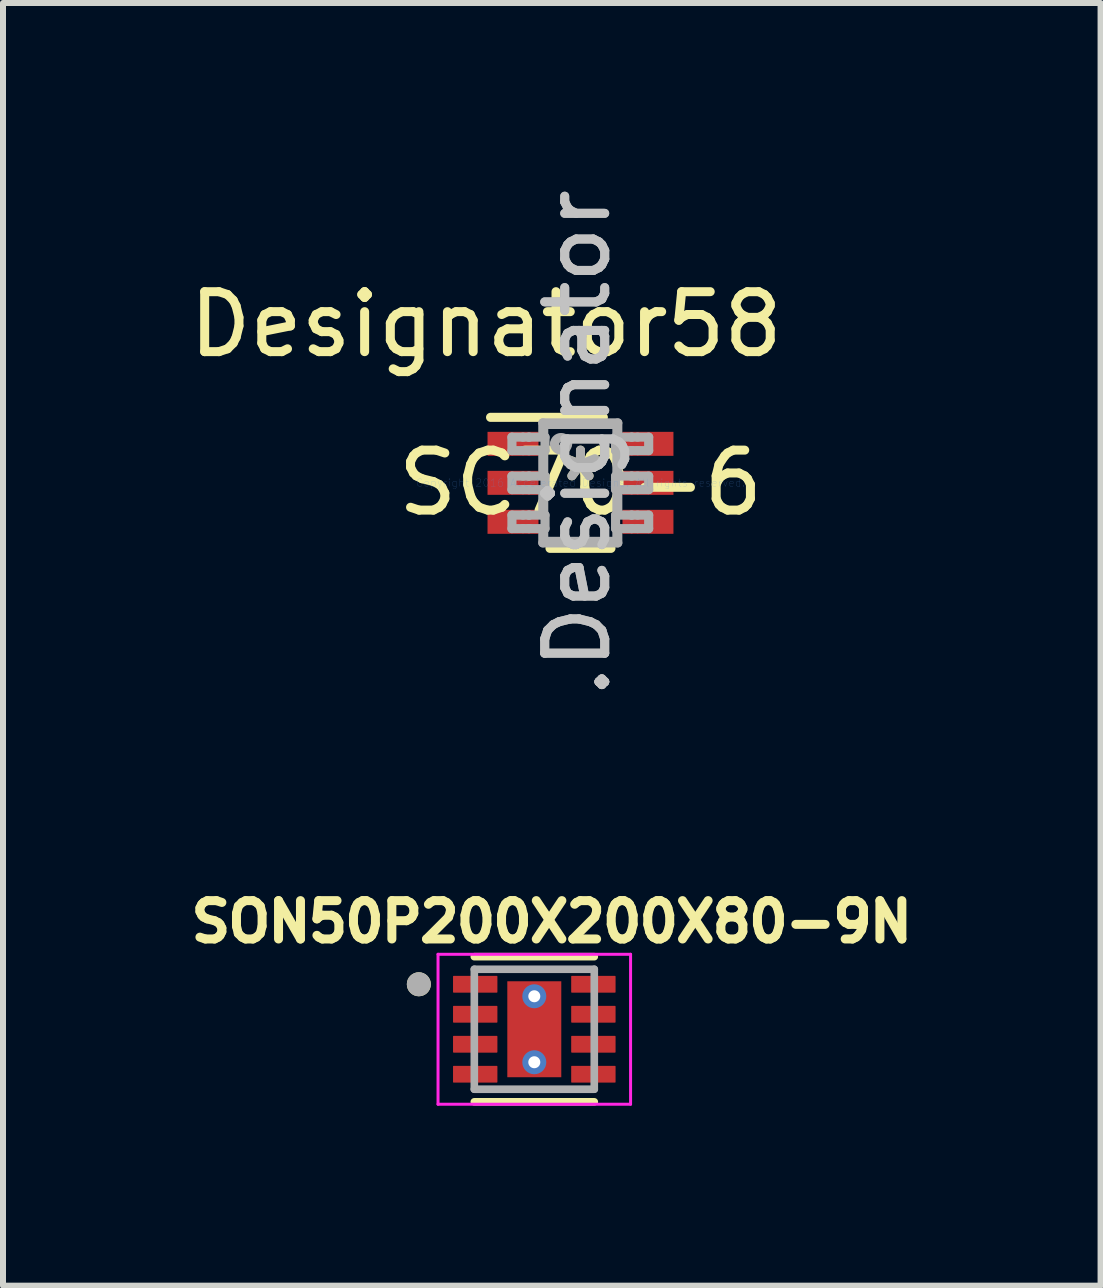
<source format=kicad_pcb>
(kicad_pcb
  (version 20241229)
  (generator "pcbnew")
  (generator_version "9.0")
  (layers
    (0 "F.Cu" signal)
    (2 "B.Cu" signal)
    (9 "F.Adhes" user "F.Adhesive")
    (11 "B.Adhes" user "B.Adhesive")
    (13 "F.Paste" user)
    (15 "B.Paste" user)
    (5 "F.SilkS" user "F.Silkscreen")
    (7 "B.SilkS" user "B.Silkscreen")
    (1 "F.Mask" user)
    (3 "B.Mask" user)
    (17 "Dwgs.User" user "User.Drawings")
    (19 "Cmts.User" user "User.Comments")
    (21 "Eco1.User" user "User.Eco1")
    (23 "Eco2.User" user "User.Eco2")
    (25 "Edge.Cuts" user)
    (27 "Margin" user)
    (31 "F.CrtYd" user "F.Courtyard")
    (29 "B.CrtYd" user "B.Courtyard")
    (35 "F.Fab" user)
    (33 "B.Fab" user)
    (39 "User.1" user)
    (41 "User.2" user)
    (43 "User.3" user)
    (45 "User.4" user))
  (footprint "SON50P200X200X80-9N"
    (layer "F.Cu")
    (at 5.858 14.11)
    (property "Reference" "SON50P200X200X80-9N" (at 0.292 -1.793 0) (layer "F.SilkS") (effects (font (size 0.64 0.64) (thickness 0.15))))
    (attr through_hole)
    (fp_line (start -1 -1.21) (end 1 -1.21) (stroke (width 0.127) (type solid)) (layer "F.SilkS"))
    (fp_line (start -1 1.21) (end 1 1.21) (stroke (width 0.127) (type solid)) (layer "F.SilkS"))
    (fp_circle (center -1.925 -0.75) (end -1.825 -0.75) (stroke (width 0.2) (type solid)) (fill no) (layer "F.SilkS"))
    (fp_poly (pts (xy -0.28 -0.51) (xy 0.28 -0.51) (xy 0.28 0.51) (xy -0.28 0.51)) (stroke (width 0.01) (type solid)) (fill yes) (layer "F.Paste"))
    (fp_line (start -1.605 -1.25) (end -1.605 1.25) (stroke (width 0.05) (type solid)) (layer "F.CrtYd"))
    (fp_line (start -1.605 -1.25) (end 1.605 -1.25) (stroke (width 0.05) (type solid)) (layer "F.CrtYd"))
    (fp_line (start -1.605 1.25) (end 1.605 1.25) (stroke (width 0.05) (type solid)) (layer "F.CrtYd"))
    (fp_line (start 1.605 -1.25) (end 1.605 1.25) (stroke (width 0.05) (type solid)) (layer "F.CrtYd"))
    (fp_line (start -1 -1) (end -1 1) (stroke (width 0.127) (type solid)) (layer "F.Fab"))
    (fp_line (start -1 -1) (end 1 -1) (stroke (width 0.127) (type solid)) (layer "F.Fab"))
    (fp_line (start -1 1) (end 1 1) (stroke (width 0.127) (type solid)) (layer "F.Fab"))
    (fp_line (start 1 -1) (end 1 1) (stroke (width 0.127) (type solid)) (layer "F.Fab"))
    (fp_circle (center -1.925 -0.75) (end -1.825 -0.75) (stroke (width 0.2) (type solid)) (fill no) (layer "F.Fab"))
    (pad "1" smd roundrect (at -0.985 -0.75) (size 0.74 0.28) (layers "F.Cu" "F.Mask" "F.Paste") (roundrect_rratio 0.04))
    (pad "2" smd roundrect (at -0.985 -0.25) (size 0.74 0.28) (layers "F.Cu" "F.Mask" "F.Paste") (roundrect_rratio 0.04))
    (pad "3" smd roundrect (at -0.985 0.25) (size 0.74 0.28) (layers "F.Cu" "F.Mask" "F.Paste") (roundrect_rratio 0.04))
    (pad "4" smd roundrect (at -0.985 0.75) (size 0.74 0.28) (layers "F.Cu" "F.Mask" "F.Paste") (roundrect_rratio 0.04))
    (pad "5" smd roundrect (at 0.985 0.75) (size 0.74 0.28) (layers "F.Cu" "F.Mask" "F.Paste") (roundrect_rratio 0.04))
    (pad "6" smd roundrect (at 0.985 0.25) (size 0.74 0.28) (layers "F.Cu" "F.Mask" "F.Paste") (roundrect_rratio 0.04))
    (pad "7" smd roundrect (at 0.985 -0.25) (size 0.74 0.28) (layers "F.Cu" "F.Mask" "F.Paste") (roundrect_rratio 0.04))
    (pad "8" smd roundrect (at 0.985 -0.75) (size 0.74 0.28) (layers "F.Cu" "F.Mask" "F.Paste") (roundrect_rratio 0.04))
    (pad "9" smd rect (at 0 0) (size 0.9 1.6) (layers "F.Cu" "F.Mask"))
    (pad "9_1" thru_hole circle (at 0 -0.55) (size 0.4 0.4) (drill 0.2) (layers "*.Cu"))
    (pad "9_2" thru_hole circle (at 0 0.55) (size 0.4 0.4) (drill 0.2) (layers "*.Cu")))
  (footprint "SC70-6"
    (layer "F.Cu")
    (at 6.628 5)
    (property "Reference" "SC70-6" (at 0 0 0) (layer "F.SilkS") (effects (font (size 1 1) (thickness 0.15))))
    (attr through_hole)
    (fp_line (start -1.499 -1.092) (end 0.381 -1.092) (stroke (width 0.152) (type solid)) (layer "F.SilkS"))
    (fp_line (start -0.508 1.092) (end 0.508 1.092) (stroke (width 0.152) (type solid)) (layer "F.SilkS"))
    (fp_line (start -1.143 -0.762) (end -0.959 -0.762) (stroke (width 0.152) (type solid)) (layer "F.Fab"))
    (fp_line (start -1.143 -0.537) (end -1.143 -0.762) (stroke (width 0.152) (type solid)) (layer "F.Fab"))
    (fp_line (start -1.143 -0.537) (end -0.959 -0.537) (stroke (width 0.152) (type solid)) (layer "F.Fab"))
    (fp_line (start -1.143 -0.112) (end -0.959 -0.112) (stroke (width 0.152) (type solid)) (layer "F.Fab"))
    (fp_line (start -1.143 0.113) (end -1.143 -0.112) (stroke (width 0.152) (type solid)) (layer "F.Fab"))
    (fp_line (start -1.143 0.113) (end -0.959 0.113) (stroke (width 0.152) (type solid)) (layer "F.Fab"))
    (fp_line (start -1.143 0.538) (end -0.959 0.538) (stroke (width 0.152) (type solid)) (layer "F.Fab"))
    (fp_line (start -1.143 0.763) (end -1.143 0.538) (stroke (width 0.152) (type solid)) (layer "F.Fab"))
    (fp_line (start -1.143 0.763) (end -0.959 0.763) (stroke (width 0.152) (type solid)) (layer "F.Fab"))
    (fp_line (start -0.959 -0.762) (end -0.865 -0.762) (stroke (width 0.152) (type solid)) (layer "F.Fab"))
    (fp_line (start -0.959 -0.537) (end -0.865 -0.537) (stroke (width 0.152) (type solid)) (layer "F.Fab"))
    (fp_line (start -0.959 -0.112) (end -0.865 -0.112) (stroke (width 0.152) (type solid)) (layer "F.Fab"))
    (fp_line (start -0.959 0.113) (end -0.865 0.113) (stroke (width 0.152) (type solid)) (layer "F.Fab"))
    (fp_line (start -0.959 0.538) (end -0.865 0.538) (stroke (width 0.152) (type solid)) (layer "F.Fab"))
    (fp_line (start -0.959 0.763) (end -0.865 0.763) (stroke (width 0.152) (type solid)) (layer "F.Fab"))
    (fp_line (start -0.865 -0.762) (end -0.853 -0.762) (stroke (width 0.152) (type solid)) (layer "F.Fab"))
    (fp_line (start -0.865 -0.537) (end -0.853 -0.537) (stroke (width 0.152) (type solid)) (layer "F.Fab"))
    (fp_line (start -0.865 -0.112) (end -0.853 -0.112) (stroke (width 0.152) (type solid)) (layer "F.Fab"))
    (fp_line (start -0.865 0.113) (end -0.853 0.113) (stroke (width 0.152) (type solid)) (layer "F.Fab"))
    (fp_line (start -0.865 0.538) (end -0.853 0.538) (stroke (width 0.152) (type solid)) (layer "F.Fab"))
    (fp_line (start -0.865 0.763) (end -0.853 0.763) (stroke (width 0.152) (type solid)) (layer "F.Fab"))
    (fp_line (start -0.853 -0.762) (end -0.628 -0.762) (stroke (width 0.152) (type solid)) (layer "F.Fab"))
    (fp_line (start -0.853 -0.537) (end -0.628 -0.537) (stroke (width 0.152) (type solid)) (layer "F.Fab"))
    (fp_line (start -0.853 -0.112) (end -0.628 -0.112) (stroke (width 0.152) (type solid)) (layer "F.Fab"))
    (fp_line (start -0.853 0.113) (end -0.628 0.113) (stroke (width 0.152) (type solid)) (layer "F.Fab"))
    (fp_line (start -0.853 0.538) (end -0.628 0.538) (stroke (width 0.152) (type solid)) (layer "F.Fab"))
    (fp_line (start -0.853 0.763) (end -0.628 0.763) (stroke (width 0.152) (type solid)) (layer "F.Fab"))
    (fp_line (start -0.628 -0.999) (end 0.622 -0.999) (stroke (width 0.152) (type solid)) (layer "F.Fab"))
    (fp_line (start -0.628 -0.762) (end -0.628 -0.999) (stroke (width 0.152) (type solid)) (layer "F.Fab"))
    (fp_line (start -0.628 -0.762) (end -0.591 -0.762) (stroke (width 0.152) (type solid)) (layer "F.Fab"))
    (fp_line (start -0.628 -0.537) (end -0.591 -0.537) (stroke (width 0.152) (type solid)) (layer "F.Fab"))
    (fp_line (start -0.628 -0.112) (end -0.628 -0.537) (stroke (width 0.152) (type solid)) (layer "F.Fab"))
    (fp_line (start -0.628 -0.112) (end -0.591 -0.112) (stroke (width 0.152) (type solid)) (layer "F.Fab"))
    (fp_line (start -0.628 0.113) (end -0.591 0.113) (stroke (width 0.152) (type solid)) (layer "F.Fab"))
    (fp_line (start -0.628 0.538) (end -0.628 0.113) (stroke (width 0.152) (type solid)) (layer "F.Fab"))
    (fp_line (start -0.628 0.538) (end -0.591 0.538) (stroke (width 0.152) (type solid)) (layer "F.Fab"))
    (fp_line (start -0.628 0.763) (end -0.591 0.763) (stroke (width 0.152) (type solid)) (layer "F.Fab"))
    (fp_line (start -0.628 1.001) (end -0.628 0.763) (stroke (width 0.152) (type solid)) (layer "F.Fab"))
    (fp_line (start -0.628 1.001) (end 0.622 1.001) (stroke (width 0.152) (type solid)) (layer "F.Fab"))
    (fp_line (start -0.613 -0.974) (end 0.607 -0.974) (stroke (width 0.152) (type solid)) (layer "F.Fab"))
    (fp_line (start -0.613 -0.762) (end -0.613 -0.974) (stroke (width 0.152) (type solid)) (layer "F.Fab"))
    (fp_line (start -0.613 -0.112) (end -0.613 -0.537) (stroke (width 0.152) (type solid)) (layer "F.Fab"))
    (fp_line (start -0.613 0.538) (end -0.613 0.113) (stroke (width 0.152) (type solid)) (layer "F.Fab"))
    (fp_line (start -0.613 0.976) (end -0.613 0.763) (stroke (width 0.152) (type solid)) (layer "F.Fab"))
    (fp_line (start -0.613 0.976) (end 0.607 0.976) (stroke (width 0.152) (type solid)) (layer "F.Fab"))
    (fp_line (start -0.591 -0.537) (end -0.591 -0.762) (stroke (width 0.152) (type solid)) (layer "F.Fab"))
    (fp_line (start -0.591 0.113) (end -0.591 -0.112) (stroke (width 0.152) (type solid)) (layer "F.Fab"))
    (fp_line (start -0.591 0.763) (end -0.591 0.538) (stroke (width 0.152) (type solid)) (layer "F.Fab"))
    (fp_line (start 0.585 -0.762) (end 0.622 -0.762) (stroke (width 0.152) (type solid)) (layer "F.Fab"))
    (fp_line (start 0.585 -0.537) (end 0.585 -0.762) (stroke (width 0.152) (type solid)) (layer "F.Fab"))
    (fp_line (start 0.585 -0.537) (end 0.622 -0.537) (stroke (width 0.152) (type solid)) (layer "F.Fab"))
    (fp_line (start 0.585 -0.112) (end 0.622 -0.112) (stroke (width 0.152) (type solid)) (layer "F.Fab"))
    (fp_line (start 0.585 0.113) (end 0.585 -0.112) (stroke (width 0.152) (type solid)) (layer "F.Fab"))
    (fp_line (start 0.585 0.113) (end 0.622 0.113) (stroke (width 0.152) (type solid)) (layer "F.Fab"))
    (fp_line (start 0.585 0.538) (end 0.622 0.538) (stroke (width 0.152) (type solid)) (layer "F.Fab"))
    (fp_line (start 0.585 0.763) (end 0.585 0.538) (stroke (width 0.152) (type solid)) (layer "F.Fab"))
    (fp_line (start 0.585 0.763) (end 0.622 0.763) (stroke (width 0.152) (type solid)) (layer "F.Fab"))
    (fp_line (start 0.607 -0.762) (end 0.607 -0.974) (stroke (width 0.152) (type solid)) (layer "F.Fab"))
    (fp_line (start 0.607 -0.112) (end 0.607 -0.537) (stroke (width 0.152) (type solid)) (layer "F.Fab"))
    (fp_line (start 0.607 0.538) (end 0.607 0.113) (stroke (width 0.152) (type solid)) (layer "F.Fab"))
    (fp_line (start 0.607 0.976) (end 0.607 0.763) (stroke (width 0.152) (type solid)) (layer "F.Fab"))
    (fp_line (start 0.622 -0.762) (end 0.622 -0.999) (stroke (width 0.152) (type solid)) (layer "F.Fab"))
    (fp_line (start 0.622 -0.762) (end 0.847 -0.762) (stroke (width 0.152) (type solid)) (layer "F.Fab"))
    (fp_line (start 0.622 -0.537) (end 0.847 -0.537) (stroke (width 0.152) (type solid)) (layer "F.Fab"))
    (fp_line (start 0.622 -0.112) (end 0.622 -0.537) (stroke (width 0.152) (type solid)) (layer "F.Fab"))
    (fp_line (start 0.622 -0.112) (end 0.847 -0.112) (stroke (width 0.152) (type solid)) (layer "F.Fab"))
    (fp_line (start 0.622 0.113) (end 0.847 0.113) (stroke (width 0.152) (type solid)) (layer "F.Fab"))
    (fp_line (start 0.622 0.538) (end 0.622 0.113) (stroke (width 0.152) (type solid)) (layer "F.Fab"))
    (fp_line (start 0.622 0.538) (end 0.847 0.538) (stroke (width 0.152) (type solid)) (layer "F.Fab"))
    (fp_line (start 0.622 0.763) (end 0.847 0.763) (stroke (width 0.152) (type solid)) (layer "F.Fab"))
    (fp_line (start 0.622 1.001) (end 0.622 0.763) (stroke (width 0.152) (type solid)) (layer "F.Fab"))
    (fp_line (start 0.847 -0.762) (end 0.859 -0.762) (stroke (width 0.152) (type solid)) (layer "F.Fab"))
    (fp_line (start 0.847 -0.537) (end 0.859 -0.537) (stroke (width 0.152) (type solid)) (layer "F.Fab"))
    (fp_line (start 0.847 -0.112) (end 0.859 -0.112) (stroke (width 0.152) (type solid)) (layer "F.Fab"))
    (fp_line (start 0.847 0.113) (end 0.859 0.113) (stroke (width 0.152) (type solid)) (layer "F.Fab"))
    (fp_line (start 0.847 0.538) (end 0.859 0.538) (stroke (width 0.152) (type solid)) (layer "F.Fab"))
    (fp_line (start 0.847 0.763) (end 0.859 0.763) (stroke (width 0.152) (type solid)) (layer "F.Fab"))
    (fp_line (start 0.859 -0.762) (end 0.953 -0.762) (stroke (width 0.152) (type solid)) (layer "F.Fab"))
    (fp_line (start 0.859 -0.537) (end 0.953 -0.537) (stroke (width 0.152) (type solid)) (layer "F.Fab"))
    (fp_line (start 0.859 -0.112) (end 0.953 -0.112) (stroke (width 0.152) (type solid)) (layer "F.Fab"))
    (fp_line (start 0.859 0.113) (end 0.953 0.113) (stroke (width 0.152) (type solid)) (layer "F.Fab"))
    (fp_line (start 0.859 0.538) (end 0.953 0.538) (stroke (width 0.152) (type solid)) (layer "F.Fab"))
    (fp_line (start 0.859 0.763) (end 0.953 0.763) (stroke (width 0.152) (type solid)) (layer "F.Fab"))
    (fp_line (start 0.953 -0.762) (end 1.137 -0.762) (stroke (width 0.152) (type solid)) (layer "F.Fab"))
    (fp_line (start 0.953 -0.537) (end 1.137 -0.537) (stroke (width 0.152) (type solid)) (layer "F.Fab"))
    (fp_line (start 0.953 -0.112) (end 1.137 -0.112) (stroke (width 0.152) (type solid)) (layer "F.Fab"))
    (fp_line (start 0.953 0.113) (end 1.137 0.113) (stroke (width 0.152) (type solid)) (layer "F.Fab"))
    (fp_line (start 0.953 0.538) (end 1.137 0.538) (stroke (width 0.152) (type solid)) (layer "F.Fab"))
    (fp_line (start 0.953 0.763) (end 1.137 0.763) (stroke (width 0.152) (type solid)) (layer "F.Fab"))
    (fp_line (start 1.137 -0.537) (end 1.137 -0.762) (stroke (width 0.152) (type solid)) (layer "F.Fab"))
    (fp_line (start 1.137 0.113) (end 1.137 -0.112) (stroke (width 0.152) (type solid)) (layer "F.Fab"))
    (fp_line (start 1.137 0.763) (end 1.137 0.538) (stroke (width 0.152) (type solid)) (layer "F.Fab"))
    (fp_arc (start -0.431546 -0.650138) (mid -0.323177 -0.758507) (end -0.214808 -0.650138) (stroke (width 0.1524) (type solid)) (layer "F.Fab"))
    (fp_arc (start -0.214808 -0.650138) (mid -0.323177 -0.541769) (end -0.431546 -0.650138) (stroke (width 0.1524) (type solid)) (layer "F.Fab"))
    (fp_text user "Designator58" (at -1.575 -2.642 0) (layer "F.SilkS") (effects (font (size 1 1) (thickness 0.15))))
    (fp_text user "*" (at 0 0 0) (layer "F.SilkS") (effects (font (size 1 1) (thickness 0.15))))
    (fp_text user ".Designator" (at -0.051 -0.66 270) (layer "Dwgs.User") (effects (font (size 1 1) (thickness 0.15))))
    (fp_text user "Copyright 2016 Accelerated Designs. All rights reserved." (at 0 0 0) (layer "Cmts.User") (effects (font (size 0.127 0.127) (thickness 0.002))))
    (fp_text user "*" (at 0 0 0) (layer "F.Fab") (effects (font (size 1 1) (thickness 0.15))))
    (fp_text user ".Designator" (at -0.051 -0.66 270) (layer "F.Fab") (effects (font (size 1 1) (thickness 0.15))))
    (pad "1" smd rect (at -1.125 -0.65 90) (size 0.4 0.85) (layers "F.Cu" "F.Mask" "F.Paste"))
    (pad "2" smd rect (at -1.125 0 90) (size 0.4 0.85) (layers "F.Cu" "F.Mask" "F.Paste"))
    (pad "3" smd rect (at -1.125 0.65 90) (size 0.4 0.85) (layers "F.Cu" "F.Mask" "F.Paste"))
    (pad "4" smd rect (at 1.125 0.65 90) (size 0.4 0.85) (layers "F.Cu" "F.Mask" "F.Paste"))
    (pad "5" smd rect (at 1.125 0 90) (size 0.4 0.85) (layers "F.Cu" "F.Mask" "F.Paste"))
    (pad "6" smd rect (at 1.125 -0.65 90) (size 0.4 0.85) (layers "F.Cu" "F.Mask" "F.Paste")))
  (gr_rect
    (start -3 -3)
    (end 15.299 18.385)
    (stroke (width 0.1) (type default))
    (fill no)
    (layer "Edge.Cuts")))
</source>
